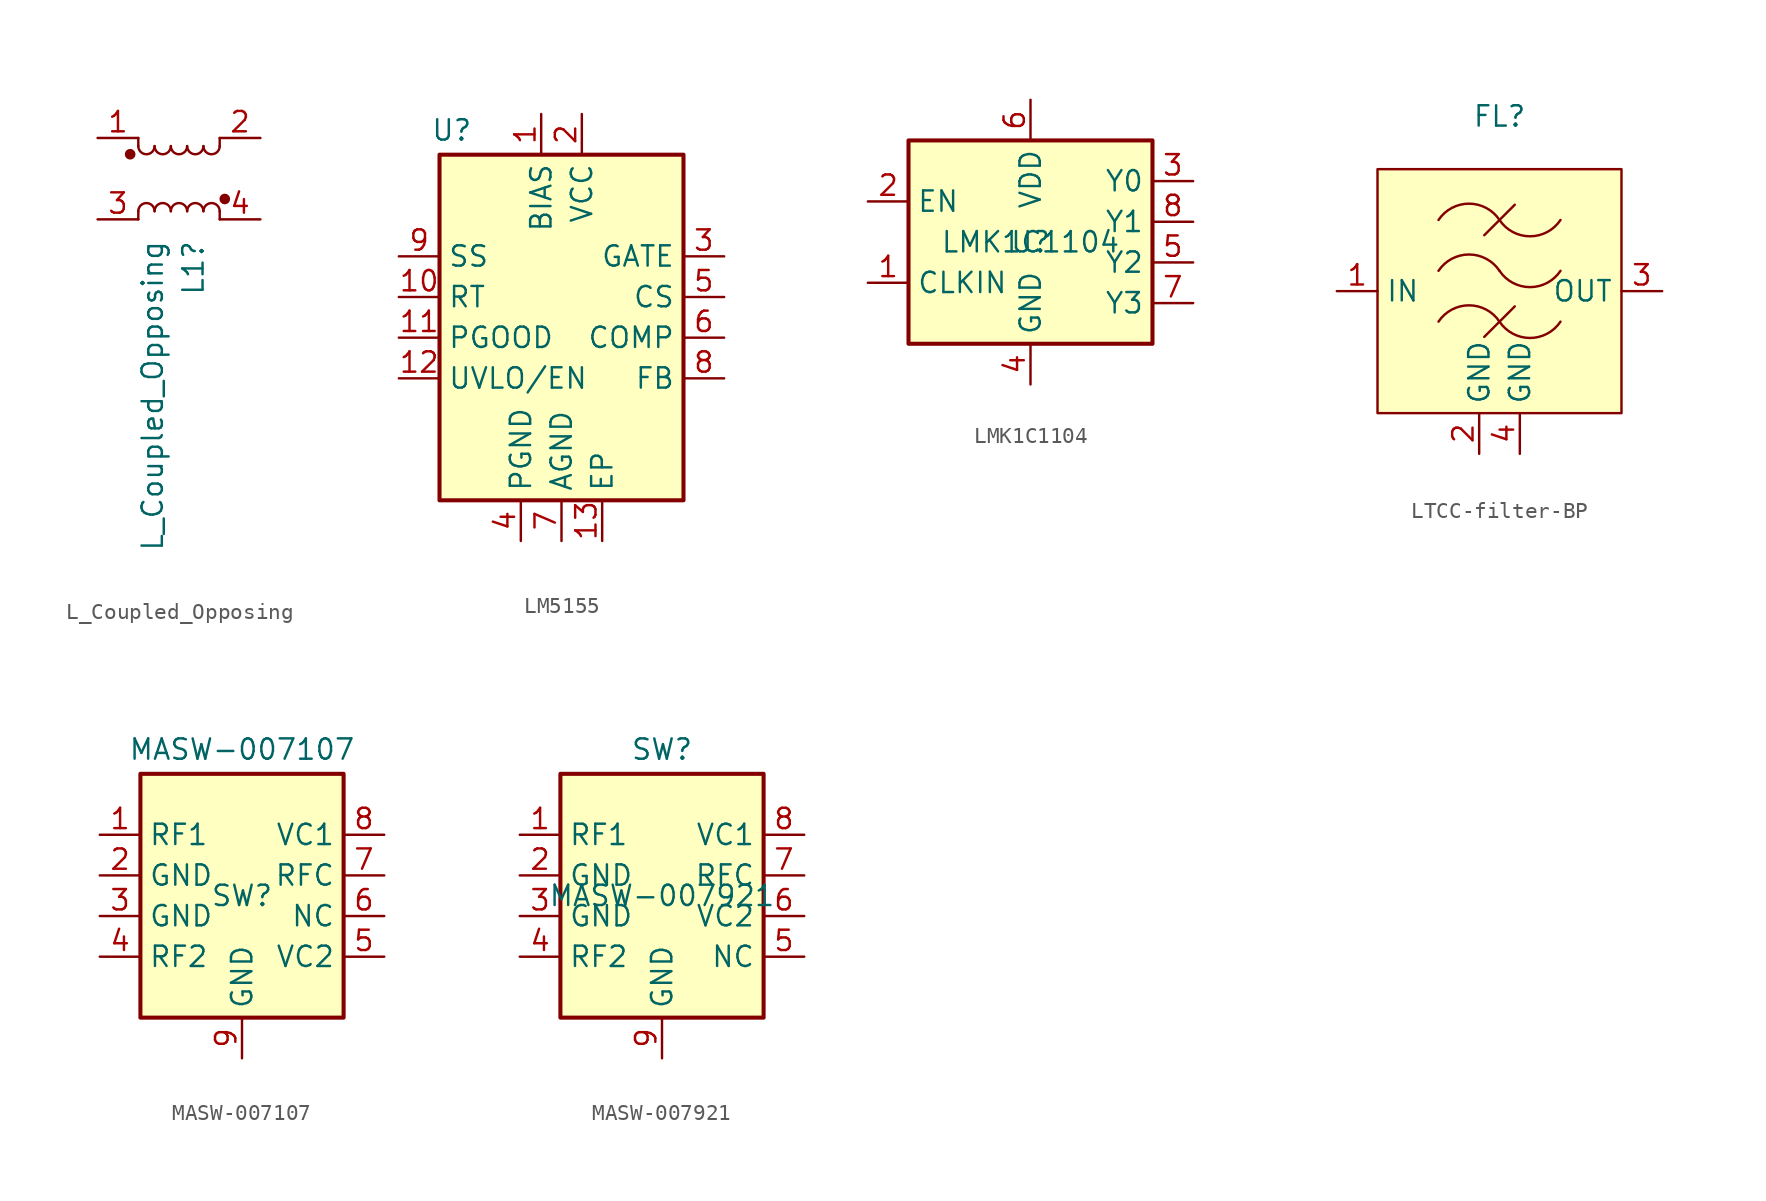
<source format=kicad_sym>
(kicad_symbol_lib
  (version 20241209)
  (generator "kicad_symbol_editor")
  (generator_version "9.0")
  (symbol "L_Coupled_Opposing"
    (pin_names
      (offset 0.254)
      (hide yes))
    (property "Reference" "L1"
      (at 0.889 -3.81 90)
      (effects (font (size 1.27 1.27)) (justify right)))
    (property "Value" "L_Coupled_Opposing"
      (at -1.651 -3.81 90)
      (effects (font (size 1.27 1.27)) (justify right)))
    (symbol "L_Coupled_Opposing_0_1"
      (circle (center -3.048 1.524) (radius 0.254) (stroke (width 0) (type default)) (fill (type outline)))
      (polyline (pts (xy -2.54 2.032) (xy -2.54 2.54)) (stroke (width 0) (type default)) (fill (type none)))
      (polyline (pts (xy -2.54 -2.032) (xy -2.54 -2.54)) (stroke (width 0) (type default)) (fill (type none)))
      (arc (start -1.524 2.032) (mid -2.032 1.5262) (end -2.54 2.032) (stroke (width 0) (type default)) (fill (type none)))
      (arc (start -2.54 -2.032) (mid -2.032 -1.5262) (end -1.524 -2.032) (stroke (width 0) (type default)) (fill (type none)))
      (arc (start -0.508 2.032) (mid -1.016 1.5262) (end -1.524 2.032) (stroke (width 0) (type default)) (fill (type none)))
      (arc (start -1.524 -2.032) (mid -1.016 -1.5262) (end -0.508 -2.032) (stroke (width 0) (type default)) (fill (type none)))
      (arc (start 0.508 2.032) (mid 0 1.5262) (end -0.508 2.032) (stroke (width 0) (type default)) (fill (type none)))
      (arc (start -0.508 -2.032) (mid 0 -1.5262) (end 0.508 -2.032) (stroke (width 0) (type default)) (fill (type none)))
      (arc (start 1.524 2.032) (mid 1.016 1.5262) (end 0.508 2.032) (stroke (width 0) (type default)) (fill (type none)))
      (arc (start 0.508 -2.032) (mid 1.016 -1.5262) (end 1.524 -2.032) (stroke (width 0) (type default)) (fill (type none)))
      (arc (start 2.54 2.032) (mid 2.032 1.5262) (end 1.524 2.032) (stroke (width 0) (type default)) (fill (type none)))
      (arc (start 1.524 -2.032) (mid 2.032 -1.5262) (end 2.54 -2.032) (stroke (width 0) (type default)) (fill (type none)))
      (polyline (pts (xy 2.54 2.54) (xy 2.54 2.032)) (stroke (width 0) (type default)) (fill (type none)))
      (polyline (pts (xy 2.54 -2.032) (xy 2.54 -2.54)) (stroke (width 0) (type default)) (fill (type none)))
      (circle (center 2.857 -1.27) (radius 0.254) (stroke (width 0) (type default)) (fill (type outline))))
    (symbol "L_Coupled_Opposing_1_1"
      (pin passive line (at -5.08 2.54 0) (length 2.54) (name "1" (effects (font (size 1.27 1.27)))) (number "1" (effects (font (size 1.27 1.27)))))
      (pin passive line (at -5.08 -2.54 0) (length 2.54) (name "3" (effects (font (size 1.27 1.27)))) (number "3" (effects (font (size 1.27 1.27)))))
      (pin passive line (at 5.08 2.54 180) (length 2.54) (name "2" (effects (font (size 1.27 1.27)))) (number "2" (effects (font (size 1.27 1.27)))))
      (pin passive line (at 5.08 -2.54 180) (length 2.54) (name "4" (effects (font (size 1.27 1.27)))) (number "4" (effects (font (size 1.27 1.27)))))))
  (symbol "LM5155"
    (property "Reference" "U"
      (at -6.858 11.684 0)
      (effects (font (size 1.27 1.27))))
    (property "Value" ""
      (at 8.89 -5.08 0)
      (effects (font (size 1.27 1.27))))
    (symbol "LM5155_1_1"
      (rectangle (start -7.62 10.16) (end 7.62 -11.43) (stroke (width 0.254) (type default)) (fill (type background)))
      (pin input line (at -10.16 3.81 0) (length 2.54) (name "SS" (effects (font (size 1.27 1.27)))) (number "9" (effects (font (size 1.27 1.27)))))
      (pin input line (at -10.16 1.27 0) (length 2.54) (name "RT" (effects (font (size 1.27 1.27)))) (number "10" (effects (font (size 1.27 1.27)))))
      (pin output line (at -10.16 -1.27 0) (length 2.54) (name "PGOOD" (effects (font (size 1.27 1.27)))) (number "11" (effects (font (size 1.27 1.27)))))
      (pin output line (at -10.16 -3.81 0) (length 2.54) (name "UVLO/EN" (effects (font (size 1.27 1.27)))) (number "12" (effects (font (size 1.27 1.27)))))
      (pin power_in line (at -2.54 -13.97 90) (length 2.54) (name "PGND" (effects (font (size 1.27 1.27)))) (number "4" (effects (font (size 1.27 1.27)))))
      (pin power_in line (at -1.27 12.7 270) (length 2.54) (name "BIAS" (effects (font (size 1.27 1.27)))) (number "1" (effects (font (size 1.27 1.27)))))
      (pin power_in line (at 0 -13.97 90) (length 2.54) (name "AGND" (effects (font (size 1.27 1.27)))) (number "7" (effects (font (size 1.27 1.27)))))
      (pin passive line (at 1.27 12.7 270) (length 2.54) (name "VCC" (effects (font (size 1.27 1.27)))) (number "2" (effects (font (size 1.27 1.27)))))
      (pin passive line (at 2.54 -13.97 90) (length 2.54) (name "EP" (effects (font (size 1.27 1.27)))) (number "13" (effects (font (size 1.27 1.27)))))
      (pin output line (at 10.16 3.81 180) (length 2.54) (name "GATE" (effects (font (size 1.27 1.27)))) (number "3" (effects (font (size 1.27 1.27)))))
      (pin input line (at 10.16 1.27 180) (length 2.54) (name "CS" (effects (font (size 1.27 1.27)))) (number "5" (effects (font (size 1.27 1.27)))))
      (pin output line (at 10.16 -1.27 180) (length 2.54) (name "COMP" (effects (font (size 1.27 1.27)))) (number "6" (effects (font (size 1.27 1.27)))))
      (pin input line (at 10.16 -3.81 180) (length 2.54) (name "FB" (effects (font (size 1.27 1.27)))) (number "8" (effects (font (size 1.27 1.27)))))))
  (symbol "LMK1C1104"
    (property "Reference" "U"
      (at 0 0 0)
      (effects (font (size 1.27 1.27))))
    (property "Value" "LMK1C1104"
      (at 0 0 0)
      (effects (font (size 1.27 1.27))))
    (symbol "LMK1C1104_1_1"
      (rectangle (start -7.62 6.35) (end 7.62 -6.35) (stroke (width 0.254) (type default)) (fill (type background)))
      (pin input line (at -10.16 2.54 0) (length 2.54) (name "EN" (effects (font (size 1.27 1.27)))) (number "2" (effects (font (size 1.27 1.27)))))
      (pin input line (at -10.16 -2.54 0) (length 2.54) (name "CLKIN" (effects (font (size 1.27 1.27)))) (number "1" (effects (font (size 1.27 1.27)))))
      (pin power_in line (at 0 8.89 270) (length 2.54) (name "VDD" (effects (font (size 1.27 1.27)))) (number "6" (effects (font (size 1.27 1.27)))))
      (pin passive line (at 0 -8.89 90) (length 2.54) (name "GND" (effects (font (size 1.27 1.27)))) (number "4" (effects (font (size 1.27 1.27)))))
      (pin output line (at 10.16 3.81 180) (length 2.54) (name "Y0" (effects (font (size 1.27 1.27)))) (number "3" (effects (font (size 1.27 1.27)))))
      (pin output line (at 10.16 1.27 180) (length 2.54) (name "Y1" (effects (font (size 1.27 1.27)))) (number "8" (effects (font (size 1.27 1.27)))))
      (pin output line (at 10.16 -1.27 180) (length 2.54) (name "Y2" (effects (font (size 1.27 1.27)))) (number "5" (effects (font (size 1.27 1.27)))))
      (pin output line (at 10.16 -3.81 180) (length 2.54) (name "Y3" (effects (font (size 1.27 1.27)))) (number "7" (effects (font (size 1.27 1.27)))))))
  (symbol "LTCC-filter-BP"
    (property "Reference" "FL"
      (at 0 10.922 0)
      (effects (font (size 1.27 1.27))))
    (property "Value" ""
      (at 0 0 0)
      (effects (font (size 1.27 1.27))))
    (symbol "LTCC-filter-BP_0_1"
      (arc (start -3.81 4.4451) (mid -1.905 5.4646) (end 0 4.4451) (stroke (width 0) (type default)) (fill (type none)))
      (arc (start -3.81 1.2701) (mid -1.905 2.2896) (end 0 1.2701) (stroke (width 0) (type default)) (fill (type none)))
      (arc (start -3.81 -1.9049) (mid -1.905 -0.8854) (end 0 -1.9049) (stroke (width 0) (type default)) (fill (type none)))
      (polyline (pts (xy -0.953 3.493) (xy 0.953 5.397)) (stroke (width 0) (type default)) (fill (type none)))
      (polyline (pts (xy -0.953 -2.857) (xy 0.953 -0.953)) (stroke (width 0) (type default)) (fill (type none)))
      (arc (start 3.81 4.445) (mid 1.905 3.4255) (end 0 4.445) (stroke (width 0) (type default)) (fill (type none)))
      (arc (start 3.81 1.27) (mid 1.905 0.2505) (end 0 1.27) (stroke (width 0) (type default)) (fill (type none)))
      (arc (start 3.81 -1.905) (mid 1.905 -2.9245) (end 0 -1.905) (stroke (width 0) (type default)) (fill (type none))))
    (symbol "LTCC-filter-BP_1_1"
      (rectangle (start -7.62 7.62) (end 7.62 -7.62) (stroke (width 0) (type default)) (fill (type background)))
      (pin passive line (at -10.16 0 0) (length 2.54) (name "IN" (effects (font (size 1.27 1.27)))) (number "1" (effects (font (size 1.27 1.27)))))
      (pin passive line (at -1.27 -10.16 90) (length 2.54) (name "GND" (effects (font (size 1.27 1.27)))) (number "2" (effects (font (size 1.27 1.27)))))
      (pin passive line (at 1.27 -10.16 90) (length 2.54) (name "GND" (effects (font (size 1.27 1.27)))) (number "4" (effects (font (size 1.27 1.27)))))
      (pin passive line (at 10.16 0 180) (length 2.54) (name "OUT" (effects (font (size 1.27 1.27)))) (number "3" (effects (font (size 1.27 1.27)))))))
  (symbol "MASW-007107"
    (property "Reference" "SW"
      (at 0 0 0)
      (effects (font (size 1.27 1.27))))
    (property "Value" "MASW-007107"
      (at 0 9.144 0)
      (effects (font (size 1.27 1.27))))
    (symbol "MASW-007107_1_1"
      (rectangle (start -6.35 7.62) (end 6.35 -7.62) (stroke (width 0.254) (type default)) (fill (type background)))
      (pin passive line (at -8.89 3.81 0) (length 2.54) (name "RF1" (effects (font (size 1.27 1.27)))) (number "1" (effects (font (size 1.27 1.27)))))
      (pin passive line (at -8.89 1.27 0) (length 2.54) (name "GND" (effects (font (size 1.27 1.27)))) (number "2" (effects (font (size 1.27 1.27)))))
      (pin passive line (at -8.89 -1.27 0) (length 2.54) (name "GND" (effects (font (size 1.27 1.27)))) (number "3" (effects (font (size 1.27 1.27)))))
      (pin passive line (at -8.89 -3.81 0) (length 2.54) (name "RF2" (effects (font (size 1.27 1.27)))) (number "4" (effects (font (size 1.27 1.27)))))
      (pin passive line (at 0 -10.16 90) (length 2.54) (name "GND" (effects (font (size 1.27 1.27)))) (number "9" (effects (font (size 1.27 1.27)))))
      (pin passive line (at 8.89 3.81 180) (length 2.54) (name "VC1" (effects (font (size 1.27 1.27)))) (number "8" (effects (font (size 1.27 1.27)))))
      (pin passive line (at 8.89 1.27 180) (length 2.54) (name "RFC" (effects (font (size 1.27 1.27)))) (number "7" (effects (font (size 1.27 1.27)))))
      (pin passive line (at 8.89 -1.27 180) (length 2.54) (name "NC" (effects (font (size 1.27 1.27)))) (number "6" (effects (font (size 1.27 1.27)))))
      (pin passive line (at 8.89 -3.81 180) (length 2.54) (name "VC2" (effects (font (size 1.27 1.27)))) (number "5" (effects (font (size 1.27 1.27)))))))
  (symbol "MASW-007921"
    (property "Reference" "SW"
      (at 0 9.144 0)
      (effects (font (size 1.27 1.27))))
    (property "Value" "MASW-007921"
      (at 0 0 0)
      (effects (font (size 1.27 1.27))))
    (symbol "MASW-007921_1_1"
      (rectangle (start -6.35 7.62) (end 6.35 -7.62) (stroke (width 0.254) (type default)) (fill (type background)))
      (pin passive line (at -8.89 3.81 0) (length 2.54) (name "RF1" (effects (font (size 1.27 1.27)))) (number "1" (effects (font (size 1.27 1.27)))))
      (pin passive line (at -8.89 1.27 0) (length 2.54) (name "GND" (effects (font (size 1.27 1.27)))) (number "2" (effects (font (size 1.27 1.27)))))
      (pin passive line (at -8.89 -1.27 0) (length 2.54) (name "GND" (effects (font (size 1.27 1.27)))) (number "3" (effects (font (size 1.27 1.27)))))
      (pin passive line (at -8.89 -3.81 0) (length 2.54) (name "RF2" (effects (font (size 1.27 1.27)))) (number "4" (effects (font (size 1.27 1.27)))))
      (pin passive line (at 0 -10.16 90) (length 2.54) (name "GND" (effects (font (size 1.27 1.27)))) (number "9" (effects (font (size 1.27 1.27)))))
      (pin passive line (at 8.89 3.81 180) (length 2.54) (name "VC1" (effects (font (size 1.27 1.27)))) (number "8" (effects (font (size 1.27 1.27)))))
      (pin passive line (at 8.89 1.27 180) (length 2.54) (name "RFC" (effects (font (size 1.27 1.27)))) (number "7" (effects (font (size 1.27 1.27)))))
      (pin passive line (at 8.89 -1.27 180) (length 2.54) (name "VC2" (effects (font (size 1.27 1.27)))) (number "6" (effects (font (size 1.27 1.27)))))
      (pin passive line (at 8.89 -3.81 180) (length 2.54) (name "NC" (effects (font (size 1.27 1.27)))) (number "5" (effects (font (size 1.27 1.27))))))))
</source>
